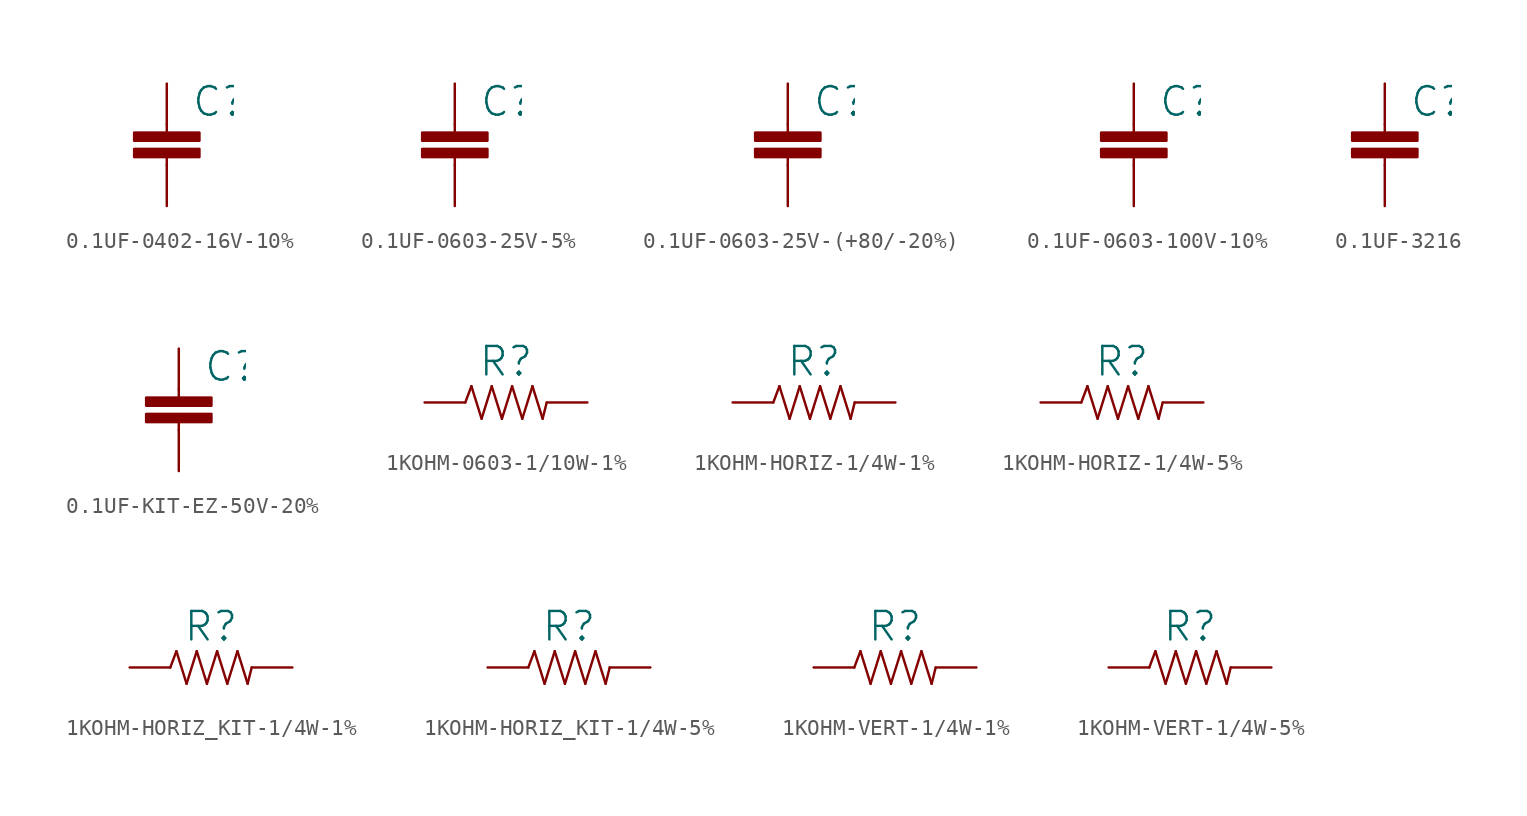
<source format=kicad_sym>
(kicad_symbol_lib
  (version 20220914)
  (generator kicad_symbol_editor)
  (symbol "0.1UF-0402-16V-10%"
    (property "Reference" "C"
      (at 1.524 2.921 0)
      (effects (font (size 1.778 1.778)) (justify left bottom)))
    (property "Value" ""
      (at 1.524 -2.159 0)
      (effects (font (size 1.778 1.778)) (justify left bottom)))
    (property "ki_locked" ""
      (at 0 0 0)
      (effects (font (size 1.27 1.27))))
    (symbol "0.1UF-0402-16V-10%_1_0"
      (rectangle (start -2.032 0.508) (end 2.032 1.016) (stroke (width 0) (type default)) (fill (type outline)))
      (rectangle (start -2.032 1.524) (end 2.032 2.032) (stroke (width 0) (type default)) (fill (type outline)))
      (polyline (pts (xy 0 0) (xy 0 0.508)) (stroke (width 0.152) (type solid)) (fill (type none)))
      (polyline (pts (xy 0 2.54) (xy 0 2.032)) (stroke (width 0.152) (type solid)) (fill (type none)))
      (pin passive line (at 0 5.08 270) (length 2.54) (name "1" (effects (font (size 0 0)))) (number "1" (effects (font (size 0 0)))))
      (pin passive line (at 0 -2.54 90) (length 2.54) (name "2" (effects (font (size 0 0)))) (number "2" (effects (font (size 0 0)))))))
  (symbol "0.1UF-0603-25V-5%"
    (property "Reference" "C"
      (at 1.524 2.921 0)
      (effects (font (size 1.778 1.778)) (justify left bottom)))
    (property "Value" ""
      (at 1.524 -2.159 0)
      (effects (font (size 1.778 1.778)) (justify left bottom)))
    (property "ki_locked" ""
      (at 0 0 0)
      (effects (font (size 1.27 1.27))))
    (symbol "0.1UF-0603-25V-5%_1_0"
      (rectangle (start -2.032 0.508) (end 2.032 1.016) (stroke (width 0) (type default)) (fill (type outline)))
      (rectangle (start -2.032 1.524) (end 2.032 2.032) (stroke (width 0) (type default)) (fill (type outline)))
      (polyline (pts (xy 0 0) (xy 0 0.508)) (stroke (width 0.152) (type solid)) (fill (type none)))
      (polyline (pts (xy 0 2.54) (xy 0 2.032)) (stroke (width 0.152) (type solid)) (fill (type none)))
      (pin passive line (at 0 5.08 270) (length 2.54) (name "1" (effects (font (size 0 0)))) (number "1" (effects (font (size 0 0)))))
      (pin passive line (at 0 -2.54 90) (length 2.54) (name "2" (effects (font (size 0 0)))) (number "2" (effects (font (size 0 0)))))))
  (symbol "0.1UF-0603-25V-(+80/-20%)"
    (property "Reference" "C"
      (at 1.524 2.921 0)
      (effects (font (size 1.778 1.778)) (justify left bottom)))
    (property "Value" ""
      (at 1.524 -2.159 0)
      (effects (font (size 1.778 1.778)) (justify left bottom)))
    (property "ki_locked" ""
      (at 0 0 0)
      (effects (font (size 1.27 1.27))))
    (symbol "0.1UF-0603-25V-(+80/-20%)_1_0"
      (rectangle (start -2.032 0.508) (end 2.032 1.016) (stroke (width 0) (type default)) (fill (type outline)))
      (rectangle (start -2.032 1.524) (end 2.032 2.032) (stroke (width 0) (type default)) (fill (type outline)))
      (polyline (pts (xy 0 0) (xy 0 0.508)) (stroke (width 0.152) (type solid)) (fill (type none)))
      (polyline (pts (xy 0 2.54) (xy 0 2.032)) (stroke (width 0.152) (type solid)) (fill (type none)))
      (pin passive line (at 0 5.08 270) (length 2.54) (name "1" (effects (font (size 0 0)))) (number "1" (effects (font (size 0 0)))))
      (pin passive line (at 0 -2.54 90) (length 2.54) (name "2" (effects (font (size 0 0)))) (number "2" (effects (font (size 0 0)))))))
  (symbol "0.1UF-0603-100V-10%"
    (property "Reference" "C"
      (at 1.524 2.921 0)
      (effects (font (size 1.778 1.778)) (justify left bottom)))
    (property "Value" ""
      (at 1.524 -2.159 0)
      (effects (font (size 1.778 1.778)) (justify left bottom)))
    (property "ki_locked" ""
      (at 0 0 0)
      (effects (font (size 1.27 1.27))))
    (symbol "0.1UF-0603-100V-10%_1_0"
      (rectangle (start -2.032 0.508) (end 2.032 1.016) (stroke (width 0) (type default)) (fill (type outline)))
      (rectangle (start -2.032 1.524) (end 2.032 2.032) (stroke (width 0) (type default)) (fill (type outline)))
      (polyline (pts (xy 0 0) (xy 0 0.508)) (stroke (width 0.152) (type solid)) (fill (type none)))
      (polyline (pts (xy 0 2.54) (xy 0 2.032)) (stroke (width 0.152) (type solid)) (fill (type none)))
      (pin passive line (at 0 5.08 270) (length 2.54) (name "1" (effects (font (size 0 0)))) (number "1" (effects (font (size 0 0)))))
      (pin passive line (at 0 -2.54 90) (length 2.54) (name "2" (effects (font (size 0 0)))) (number "2" (effects (font (size 0 0)))))))
  (symbol "0.1UF-3216"
    (property "Reference" "C"
      (at 1.524 2.921 0)
      (effects (font (size 1.778 1.778)) (justify left bottom)))
    (property "Value" ""
      (at 1.524 -2.159 0)
      (effects (font (size 1.778 1.778)) (justify left bottom)))
    (property "ki_locked" ""
      (at 0 0 0)
      (effects (font (size 1.27 1.27))))
    (symbol "0.1UF-3216_1_0"
      (rectangle (start -2.032 0.508) (end 2.032 1.016) (stroke (width 0) (type default)) (fill (type outline)))
      (rectangle (start -2.032 1.524) (end 2.032 2.032) (stroke (width 0) (type default)) (fill (type outline)))
      (polyline (pts (xy 0 0) (xy 0 0.508)) (stroke (width 0.152) (type solid)) (fill (type none)))
      (polyline (pts (xy 0 2.54) (xy 0 2.032)) (stroke (width 0.152) (type solid)) (fill (type none)))
      (pin passive line (at 0 5.08 270) (length 2.54) (name "1" (effects (font (size 0 0)))) (number "P$1" (effects (font (size 0 0)))))
      (pin passive line (at 0 -2.54 90) (length 2.54) (name "2" (effects (font (size 0 0)))) (number "P$2" (effects (font (size 0 0)))))))
  (symbol "0.1UF-KIT-EZ-50V-20%"
    (property "Reference" "C"
      (at 1.524 2.921 0)
      (effects (font (size 1.778 1.778)) (justify left bottom)))
    (property "Value" ""
      (at 1.524 -2.159 0)
      (effects (font (size 1.778 1.778)) (justify left bottom)))
    (property "ki_locked" ""
      (at 0 0 0)
      (effects (font (size 1.27 1.27))))
    (symbol "0.1UF-KIT-EZ-50V-20%_1_0"
      (rectangle (start -2.032 0.508) (end 2.032 1.016) (stroke (width 0) (type default)) (fill (type outline)))
      (rectangle (start -2.032 1.524) (end 2.032 2.032) (stroke (width 0) (type default)) (fill (type outline)))
      (polyline (pts (xy 0 0) (xy 0 0.508)) (stroke (width 0.152) (type solid)) (fill (type none)))
      (polyline (pts (xy 0 2.54) (xy 0 2.032)) (stroke (width 0.152) (type solid)) (fill (type none)))
      (pin passive line (at 0 5.08 270) (length 2.54) (name "1" (effects (font (size 0 0)))) (number "1" (effects (font (size 0 0)))))
      (pin passive line (at 0 -2.54 90) (length 2.54) (name "2" (effects (font (size 0 0)))) (number "2" (effects (font (size 0 0)))))))
  (symbol "1KOHM-0603-1/10W-1%"
    (property "Reference" "R"
      (at 0 1.524 0)
      (effects (font (size 1.778 1.778)) (justify bottom)))
    (property "Value" ""
      (at 0 -1.524 0)
      (effects (font (size 1.778 1.778)) (justify top)))
    (property "ki_locked" ""
      (at 0 0 0)
      (effects (font (size 1.27 1.27))))
    (symbol "1KOHM-0603-1/10W-1%_1_0"
      (polyline (pts (xy -2.54 0) (xy -2.159 1.016)) (stroke (width 0.152) (type solid)) (fill (type none)))
      (polyline (pts (xy -2.159 1.016) (xy -1.524 -1.016)) (stroke (width 0.152) (type solid)) (fill (type none)))
      (polyline (pts (xy -1.524 -1.016) (xy -0.889 1.016)) (stroke (width 0.152) (type solid)) (fill (type none)))
      (polyline (pts (xy -0.889 1.016) (xy -0.254 -1.016)) (stroke (width 0.152) (type solid)) (fill (type none)))
      (polyline (pts (xy -0.254 -1.016) (xy 0.381 1.016)) (stroke (width 0.152) (type solid)) (fill (type none)))
      (polyline (pts (xy 0.381 1.016) (xy 1.016 -1.016)) (stroke (width 0.152) (type solid)) (fill (type none)))
      (polyline (pts (xy 1.016 -1.016) (xy 1.651 1.016)) (stroke (width 0.152) (type solid)) (fill (type none)))
      (polyline (pts (xy 1.651 1.016) (xy 2.286 -1.016)) (stroke (width 0.152) (type solid)) (fill (type none)))
      (polyline (pts (xy 2.286 -1.016) (xy 2.54 0)) (stroke (width 0.152) (type solid)) (fill (type none)))
      (pin passive line (at -5.08 0 0) (length 2.54) (name "1" (effects (font (size 0 0)))) (number "1" (effects (font (size 0 0)))))
      (pin passive line (at 5.08 0 180) (length 2.54) (name "2" (effects (font (size 0 0)))) (number "2" (effects (font (size 0 0)))))))
  (symbol "1KOHM-HORIZ-1/4W-1%"
    (property "Reference" "R"
      (at 0 1.524 0)
      (effects (font (size 1.778 1.778)) (justify bottom)))
    (property "Value" ""
      (at 0 -1.524 0)
      (effects (font (size 1.778 1.778)) (justify top)))
    (property "ki_locked" ""
      (at 0 0 0)
      (effects (font (size 1.27 1.27))))
    (symbol "1KOHM-HORIZ-1/4W-1%_1_0"
      (polyline (pts (xy -2.54 0) (xy -2.159 1.016)) (stroke (width 0.152) (type solid)) (fill (type none)))
      (polyline (pts (xy -2.159 1.016) (xy -1.524 -1.016)) (stroke (width 0.152) (type solid)) (fill (type none)))
      (polyline (pts (xy -1.524 -1.016) (xy -0.889 1.016)) (stroke (width 0.152) (type solid)) (fill (type none)))
      (polyline (pts (xy -0.889 1.016) (xy -0.254 -1.016)) (stroke (width 0.152) (type solid)) (fill (type none)))
      (polyline (pts (xy -0.254 -1.016) (xy 0.381 1.016)) (stroke (width 0.152) (type solid)) (fill (type none)))
      (polyline (pts (xy 0.381 1.016) (xy 1.016 -1.016)) (stroke (width 0.152) (type solid)) (fill (type none)))
      (polyline (pts (xy 1.016 -1.016) (xy 1.651 1.016)) (stroke (width 0.152) (type solid)) (fill (type none)))
      (polyline (pts (xy 1.651 1.016) (xy 2.286 -1.016)) (stroke (width 0.152) (type solid)) (fill (type none)))
      (polyline (pts (xy 2.286 -1.016) (xy 2.54 0)) (stroke (width 0.152) (type solid)) (fill (type none)))
      (pin passive line (at -5.08 0 0) (length 2.54) (name "1" (effects (font (size 0 0)))) (number "P$1" (effects (font (size 0 0)))))
      (pin passive line (at 5.08 0 180) (length 2.54) (name "2" (effects (font (size 0 0)))) (number "P$2" (effects (font (size 0 0)))))))
  (symbol "1KOHM-HORIZ-1/4W-5%"
    (property "Reference" "R"
      (at 0 1.524 0)
      (effects (font (size 1.778 1.778)) (justify bottom)))
    (property "Value" ""
      (at 0 -1.524 0)
      (effects (font (size 1.778 1.778)) (justify top)))
    (property "ki_locked" ""
      (at 0 0 0)
      (effects (font (size 1.27 1.27))))
    (symbol "1KOHM-HORIZ-1/4W-5%_1_0"
      (polyline (pts (xy -2.54 0) (xy -2.159 1.016)) (stroke (width 0.152) (type solid)) (fill (type none)))
      (polyline (pts (xy -2.159 1.016) (xy -1.524 -1.016)) (stroke (width 0.152) (type solid)) (fill (type none)))
      (polyline (pts (xy -1.524 -1.016) (xy -0.889 1.016)) (stroke (width 0.152) (type solid)) (fill (type none)))
      (polyline (pts (xy -0.889 1.016) (xy -0.254 -1.016)) (stroke (width 0.152) (type solid)) (fill (type none)))
      (polyline (pts (xy -0.254 -1.016) (xy 0.381 1.016)) (stroke (width 0.152) (type solid)) (fill (type none)))
      (polyline (pts (xy 0.381 1.016) (xy 1.016 -1.016)) (stroke (width 0.152) (type solid)) (fill (type none)))
      (polyline (pts (xy 1.016 -1.016) (xy 1.651 1.016)) (stroke (width 0.152) (type solid)) (fill (type none)))
      (polyline (pts (xy 1.651 1.016) (xy 2.286 -1.016)) (stroke (width 0.152) (type solid)) (fill (type none)))
      (polyline (pts (xy 2.286 -1.016) (xy 2.54 0)) (stroke (width 0.152) (type solid)) (fill (type none)))
      (pin passive line (at -5.08 0 0) (length 2.54) (name "1" (effects (font (size 0 0)))) (number "P$1" (effects (font (size 0 0)))))
      (pin passive line (at 5.08 0 180) (length 2.54) (name "2" (effects (font (size 0 0)))) (number "P$2" (effects (font (size 0 0)))))))
  (symbol "1KOHM-HORIZ_KIT-1/4W-1%"
    (property "Reference" "R"
      (at 0 1.524 0)
      (effects (font (size 1.778 1.778)) (justify bottom)))
    (property "Value" ""
      (at 0 -1.524 0)
      (effects (font (size 1.778 1.778)) (justify top)))
    (property "ki_locked" ""
      (at 0 0 0)
      (effects (font (size 1.27 1.27))))
    (symbol "1KOHM-HORIZ_KIT-1/4W-1%_1_0"
      (polyline (pts (xy -2.54 0) (xy -2.159 1.016)) (stroke (width 0.152) (type solid)) (fill (type none)))
      (polyline (pts (xy -2.159 1.016) (xy -1.524 -1.016)) (stroke (width 0.152) (type solid)) (fill (type none)))
      (polyline (pts (xy -1.524 -1.016) (xy -0.889 1.016)) (stroke (width 0.152) (type solid)) (fill (type none)))
      (polyline (pts (xy -0.889 1.016) (xy -0.254 -1.016)) (stroke (width 0.152) (type solid)) (fill (type none)))
      (polyline (pts (xy -0.254 -1.016) (xy 0.381 1.016)) (stroke (width 0.152) (type solid)) (fill (type none)))
      (polyline (pts (xy 0.381 1.016) (xy 1.016 -1.016)) (stroke (width 0.152) (type solid)) (fill (type none)))
      (polyline (pts (xy 1.016 -1.016) (xy 1.651 1.016)) (stroke (width 0.152) (type solid)) (fill (type none)))
      (polyline (pts (xy 1.651 1.016) (xy 2.286 -1.016)) (stroke (width 0.152) (type solid)) (fill (type none)))
      (polyline (pts (xy 2.286 -1.016) (xy 2.54 0)) (stroke (width 0.152) (type solid)) (fill (type none)))
      (pin passive line (at -5.08 0 0) (length 2.54) (name "1" (effects (font (size 0 0)))) (number "P$1" (effects (font (size 0 0)))))
      (pin passive line (at 5.08 0 180) (length 2.54) (name "2" (effects (font (size 0 0)))) (number "P$2" (effects (font (size 0 0)))))))
  (symbol "1KOHM-HORIZ_KIT-1/4W-5%"
    (property "Reference" "R"
      (at 0 1.524 0)
      (effects (font (size 1.778 1.778)) (justify bottom)))
    (property "Value" ""
      (at 0 -1.524 0)
      (effects (font (size 1.778 1.778)) (justify top)))
    (property "ki_locked" ""
      (at 0 0 0)
      (effects (font (size 1.27 1.27))))
    (symbol "1KOHM-HORIZ_KIT-1/4W-5%_1_0"
      (polyline (pts (xy -2.54 0) (xy -2.159 1.016)) (stroke (width 0.152) (type solid)) (fill (type none)))
      (polyline (pts (xy -2.159 1.016) (xy -1.524 -1.016)) (stroke (width 0.152) (type solid)) (fill (type none)))
      (polyline (pts (xy -1.524 -1.016) (xy -0.889 1.016)) (stroke (width 0.152) (type solid)) (fill (type none)))
      (polyline (pts (xy -0.889 1.016) (xy -0.254 -1.016)) (stroke (width 0.152) (type solid)) (fill (type none)))
      (polyline (pts (xy -0.254 -1.016) (xy 0.381 1.016)) (stroke (width 0.152) (type solid)) (fill (type none)))
      (polyline (pts (xy 0.381 1.016) (xy 1.016 -1.016)) (stroke (width 0.152) (type solid)) (fill (type none)))
      (polyline (pts (xy 1.016 -1.016) (xy 1.651 1.016)) (stroke (width 0.152) (type solid)) (fill (type none)))
      (polyline (pts (xy 1.651 1.016) (xy 2.286 -1.016)) (stroke (width 0.152) (type solid)) (fill (type none)))
      (polyline (pts (xy 2.286 -1.016) (xy 2.54 0)) (stroke (width 0.152) (type solid)) (fill (type none)))
      (pin passive line (at -5.08 0 0) (length 2.54) (name "1" (effects (font (size 0 0)))) (number "P$1" (effects (font (size 0 0)))))
      (pin passive line (at 5.08 0 180) (length 2.54) (name "2" (effects (font (size 0 0)))) (number "P$2" (effects (font (size 0 0)))))))
  (symbol "1KOHM-VERT-1/4W-1%"
    (property "Reference" "R"
      (at 0 1.524 0)
      (effects (font (size 1.778 1.778)) (justify bottom)))
    (property "Value" ""
      (at 0 -1.524 0)
      (effects (font (size 1.778 1.778)) (justify top)))
    (property "ki_locked" ""
      (at 0 0 0)
      (effects (font (size 1.27 1.27))))
    (symbol "1KOHM-VERT-1/4W-1%_1_0"
      (polyline (pts (xy -2.54 0) (xy -2.159 1.016)) (stroke (width 0.152) (type solid)) (fill (type none)))
      (polyline (pts (xy -2.159 1.016) (xy -1.524 -1.016)) (stroke (width 0.152) (type solid)) (fill (type none)))
      (polyline (pts (xy -1.524 -1.016) (xy -0.889 1.016)) (stroke (width 0.152) (type solid)) (fill (type none)))
      (polyline (pts (xy -0.889 1.016) (xy -0.254 -1.016)) (stroke (width 0.152) (type solid)) (fill (type none)))
      (polyline (pts (xy -0.254 -1.016) (xy 0.381 1.016)) (stroke (width 0.152) (type solid)) (fill (type none)))
      (polyline (pts (xy 0.381 1.016) (xy 1.016 -1.016)) (stroke (width 0.152) (type solid)) (fill (type none)))
      (polyline (pts (xy 1.016 -1.016) (xy 1.651 1.016)) (stroke (width 0.152) (type solid)) (fill (type none)))
      (polyline (pts (xy 1.651 1.016) (xy 2.286 -1.016)) (stroke (width 0.152) (type solid)) (fill (type none)))
      (polyline (pts (xy 2.286 -1.016) (xy 2.54 0)) (stroke (width 0.152) (type solid)) (fill (type none)))
      (pin passive line (at -5.08 0 0) (length 2.54) (name "1" (effects (font (size 0 0)))) (number "P$1" (effects (font (size 0 0)))))
      (pin passive line (at 5.08 0 180) (length 2.54) (name "2" (effects (font (size 0 0)))) (number "P$2" (effects (font (size 0 0)))))))
  (symbol "1KOHM-VERT-1/4W-5%"
    (property "Reference" "R"
      (at 0 1.524 0)
      (effects (font (size 1.778 1.778)) (justify bottom)))
    (property "Value" ""
      (at 0 -1.524 0)
      (effects (font (size 1.778 1.778)) (justify top)))
    (property "ki_locked" ""
      (at 0 0 0)
      (effects (font (size 1.27 1.27))))
    (symbol "1KOHM-VERT-1/4W-5%_1_0"
      (polyline (pts (xy -2.54 0) (xy -2.159 1.016)) (stroke (width 0.152) (type solid)) (fill (type none)))
      (polyline (pts (xy -2.159 1.016) (xy -1.524 -1.016)) (stroke (width 0.152) (type solid)) (fill (type none)))
      (polyline (pts (xy -1.524 -1.016) (xy -0.889 1.016)) (stroke (width 0.152) (type solid)) (fill (type none)))
      (polyline (pts (xy -0.889 1.016) (xy -0.254 -1.016)) (stroke (width 0.152) (type solid)) (fill (type none)))
      (polyline (pts (xy -0.254 -1.016) (xy 0.381 1.016)) (stroke (width 0.152) (type solid)) (fill (type none)))
      (polyline (pts (xy 0.381 1.016) (xy 1.016 -1.016)) (stroke (width 0.152) (type solid)) (fill (type none)))
      (polyline (pts (xy 1.016 -1.016) (xy 1.651 1.016)) (stroke (width 0.152) (type solid)) (fill (type none)))
      (polyline (pts (xy 1.651 1.016) (xy 2.286 -1.016)) (stroke (width 0.152) (type solid)) (fill (type none)))
      (polyline (pts (xy 2.286 -1.016) (xy 2.54 0)) (stroke (width 0.152) (type solid)) (fill (type none)))
      (pin passive line (at -5.08 0 0) (length 2.54) (name "1" (effects (font (size 0 0)))) (number "P$1" (effects (font (size 0 0)))))
      (pin passive line (at 5.08 0 180) (length 2.54) (name "2" (effects (font (size 0 0)))) (number "P$2" (effects (font (size 0 0))))))))
</source>
